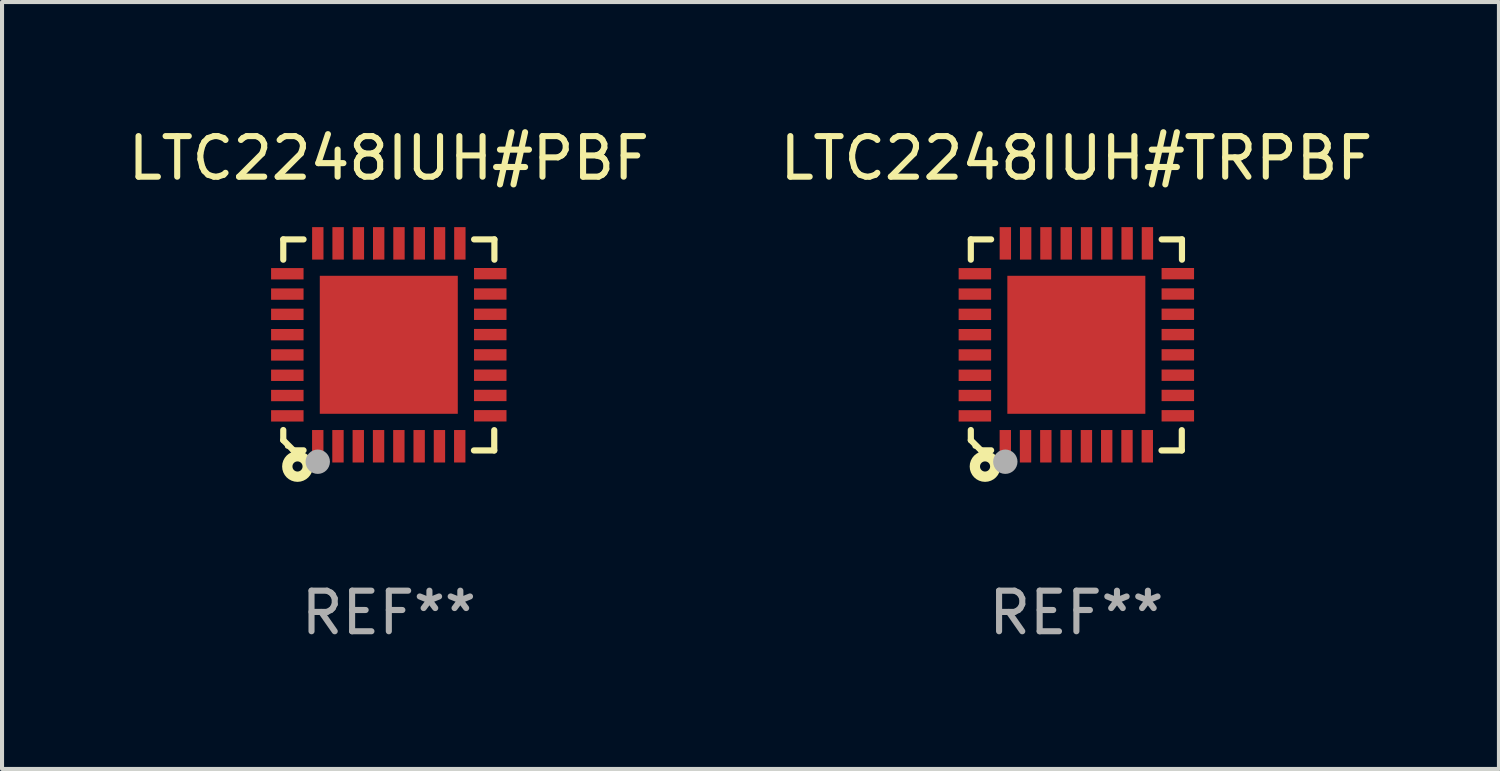
<source format=kicad_pcb>
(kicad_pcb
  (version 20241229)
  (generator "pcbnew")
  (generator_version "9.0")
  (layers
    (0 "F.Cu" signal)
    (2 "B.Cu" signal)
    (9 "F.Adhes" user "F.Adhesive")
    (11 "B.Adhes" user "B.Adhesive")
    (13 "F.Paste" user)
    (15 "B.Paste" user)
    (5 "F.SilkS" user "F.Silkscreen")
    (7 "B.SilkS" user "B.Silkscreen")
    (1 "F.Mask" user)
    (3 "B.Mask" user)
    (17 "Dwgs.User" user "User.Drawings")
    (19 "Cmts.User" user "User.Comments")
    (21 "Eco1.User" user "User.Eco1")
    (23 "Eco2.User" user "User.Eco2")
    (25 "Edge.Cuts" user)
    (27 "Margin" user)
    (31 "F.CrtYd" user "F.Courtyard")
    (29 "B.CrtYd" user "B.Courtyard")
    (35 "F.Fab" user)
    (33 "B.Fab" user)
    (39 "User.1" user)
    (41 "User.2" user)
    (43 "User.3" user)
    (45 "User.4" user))
  (footprint "LTC2248IUH#PBF"
    (layer "F.Cu")
    (at 6.53 5.448)
    (property "Reference" "LTC2248IUH#PBF" (at 0 -4.6 0) (layer "F.SilkS") (effects (font (size 1 1) (thickness 0.15))))
    (attr through_hole)
    (fp_line (start -2.601 2.097) (end -2.601 2.347) (stroke (width 0.152) (type solid)) (layer "F.SilkS"))
    (fp_line (start -2.601 2.347) (end -2.351 2.597) (stroke (width 0.152) (type solid)) (layer "F.SilkS"))
    (fp_line (start -2.601 -2.6) (end -2.601 -2.1) (stroke (width 0.152) (type solid)) (layer "F.SilkS"))
    (fp_line (start -2.601 -2.6) (end -2.101 -2.6) (stroke (width 0.152) (type solid)) (layer "F.SilkS"))
    (fp_line (start -2.351 2.597) (end -2.101 2.597) (stroke (width 0.152) (type solid)) (layer "F.SilkS"))
    (fp_line (start 2.597 2.6) (end 2.097 2.6) (stroke (width 0.152) (type solid)) (layer "F.SilkS"))
    (fp_line (start 2.597 2.6) (end 2.597 2.1) (stroke (width 0.152) (type solid)) (layer "F.SilkS"))
    (fp_line (start 2.601 -2.6) (end 2.101 -2.6) (stroke (width 0.152) (type solid)) (layer "F.SilkS"))
    (fp_line (start 2.601 -2.6) (end 2.601 -2.1) (stroke (width 0.152) (type solid)) (layer "F.SilkS"))
    (fp_circle (center -2.501 2.497) (end -2.471 2.497) (stroke (width 0.06) (type solid)) (fill no) (layer "F.SilkS"))
    (fp_circle (center -2.25 2.995) (end -2.125 2.995) (stroke (width 0.254) (type solid)) (fill no) (layer "F.SilkS"))
    (fp_circle (center -1.751 2.878) (end -1.601 2.878) (stroke (width 0.3) (type solid)) (fill no) (layer "F.Fab"))
    (fp_text user "REF**" (at 0 6.6 0) (layer "F.Fab") (effects (font (size 1 1) (thickness 0.15))))
    (pad "1" smd rect (at -1.751 2.497) (size 0.28 0.8) (layers "F.Cu" "F.Mask" "F.Paste"))
    (pad "2" smd rect (at -1.253 2.497) (size 0.28 0.8) (layers "F.Cu" "F.Mask" "F.Paste"))
    (pad "3" smd rect (at -0.753 2.497) (size 0.28 0.8) (layers "F.Cu" "F.Mask" "F.Paste"))
    (pad "4" smd rect (at -0.253 2.497) (size 0.28 0.8) (layers "F.Cu" "F.Mask" "F.Paste"))
    (pad "5" smd rect (at 0.247 2.497) (size 0.28 0.8) (layers "F.Cu" "F.Mask" "F.Paste"))
    (pad "6" smd rect (at 0.747 2.497) (size 0.28 0.8) (layers "F.Cu" "F.Mask" "F.Paste"))
    (pad "7" smd rect (at 1.247 2.497) (size 0.28 0.8) (layers "F.Cu" "F.Mask" "F.Paste"))
    (pad "8" smd rect (at 1.747 2.497) (size 0.28 0.8) (layers "F.Cu" "F.Mask" "F.Paste"))
    (pad "9" smd rect (at 2.499 1.746) (size 0.8 0.28) (layers "F.Cu" "F.Mask" "F.Paste"))
    (pad "10" smd rect (at 2.499 1.245) (size 0.8 0.28) (layers "F.Cu" "F.Mask" "F.Paste"))
    (pad "11" smd rect (at 2.499 0.746) (size 0.8 0.28) (layers "F.Cu" "F.Mask" "F.Paste"))
    (pad "12" smd rect (at 2.499 0.245) (size 0.8 0.28) (layers "F.Cu" "F.Mask" "F.Paste"))
    (pad "13" smd rect (at 2.499 -0.254) (size 0.8 0.28) (layers "F.Cu" "F.Mask" "F.Paste"))
    (pad "14" smd rect (at 2.499 -0.755) (size 0.8 0.28) (layers "F.Cu" "F.Mask" "F.Paste"))
    (pad "15" smd rect (at 2.499 -1.254) (size 0.8 0.28) (layers "F.Cu" "F.Mask" "F.Paste"))
    (pad "16" smd rect (at 2.499 -1.755) (size 0.8 0.28) (layers "F.Cu" "F.Mask" "F.Paste"))
    (pad "17" smd rect (at 1.75 -2.502) (size 0.28 0.8) (layers "F.Cu" "F.Mask" "F.Paste"))
    (pad "18" smd rect (at 1.25 -2.502) (size 0.28 0.8) (layers "F.Cu" "F.Mask" "F.Paste"))
    (pad "19" smd rect (at 0.75 -2.502) (size 0.28 0.8) (layers "F.Cu" "F.Mask" "F.Paste"))
    (pad "20" smd rect (at 0.25 -2.502) (size 0.28 0.8) (layers "F.Cu" "F.Mask" "F.Paste"))
    (pad "21" smd rect (at -0.25 -2.502) (size 0.28 0.8) (layers "F.Cu" "F.Mask" "F.Paste"))
    (pad "22" smd rect (at -0.75 -2.502) (size 0.28 0.8) (layers "F.Cu" "F.Mask" "F.Paste"))
    (pad "23" smd rect (at -1.25 -2.502) (size 0.28 0.8) (layers "F.Cu" "F.Mask" "F.Paste"))
    (pad "24" smd rect (at -1.75 -2.502) (size 0.28 0.8) (layers "F.Cu" "F.Mask" "F.Paste"))
    (pad "25" smd rect (at -2.501 -1.753) (size 0.8 0.28) (layers "F.Cu" "F.Mask" "F.Paste"))
    (pad "26" smd rect (at -2.501 -1.252) (size 0.8 0.28) (layers "F.Cu" "F.Mask" "F.Paste"))
    (pad "27" smd rect (at -2.501 -0.753) (size 0.8 0.28) (layers "F.Cu" "F.Mask" "F.Paste"))
    (pad "28" smd rect (at -2.501 -0.252) (size 0.8 0.28) (layers "F.Cu" "F.Mask" "F.Paste"))
    (pad "29" smd rect (at -2.501 0.247) (size 0.8 0.28) (layers "F.Cu" "F.Mask" "F.Paste"))
    (pad "30" smd rect (at -2.501 0.748) (size 0.8 0.28) (layers "F.Cu" "F.Mask" "F.Paste"))
    (pad "31" smd rect (at -2.501 1.247) (size 0.8 0.28) (layers "F.Cu" "F.Mask" "F.Paste"))
    (pad "32" smd rect (at -2.501 1.748) (size 0.8 0.28) (layers "F.Cu" "F.Mask" "F.Paste"))
    (pad "33" smd rect (at -0.001 -0.003 180) (size 3.4 3.4) (layers "F.Cu" "F.Mask" "F.Paste")))
  (footprint "LTC2248IUH#TRPBF"
    (layer "F.Cu")
    (at 23.47 5.448)
    (property "Reference" "LTC2248IUH#TRPBF" (at 0 -4.6 0) (layer "F.SilkS") (effects (font (size 1 1) (thickness 0.15))))
    (attr through_hole)
    (fp_line (start -2.601 2.097) (end -2.601 2.347) (stroke (width 0.152) (type solid)) (layer "F.SilkS"))
    (fp_line (start -2.601 2.347) (end -2.351 2.597) (stroke (width 0.152) (type solid)) (layer "F.SilkS"))
    (fp_line (start -2.601 -2.6) (end -2.601 -2.1) (stroke (width 0.152) (type solid)) (layer "F.SilkS"))
    (fp_line (start -2.601 -2.6) (end -2.101 -2.6) (stroke (width 0.152) (type solid)) (layer "F.SilkS"))
    (fp_line (start -2.351 2.597) (end -2.101 2.597) (stroke (width 0.152) (type solid)) (layer "F.SilkS"))
    (fp_line (start 2.597 2.6) (end 2.097 2.6) (stroke (width 0.152) (type solid)) (layer "F.SilkS"))
    (fp_line (start 2.597 2.6) (end 2.597 2.1) (stroke (width 0.152) (type solid)) (layer "F.SilkS"))
    (fp_line (start 2.601 -2.6) (end 2.101 -2.6) (stroke (width 0.152) (type solid)) (layer "F.SilkS"))
    (fp_line (start 2.601 -2.6) (end 2.601 -2.1) (stroke (width 0.152) (type solid)) (layer "F.SilkS"))
    (fp_circle (center -2.501 2.497) (end -2.471 2.497) (stroke (width 0.06) (type solid)) (fill no) (layer "F.SilkS"))
    (fp_circle (center -2.25 2.995) (end -2.125 2.995) (stroke (width 0.254) (type solid)) (fill no) (layer "F.SilkS"))
    (fp_circle (center -1.751 2.878) (end -1.601 2.878) (stroke (width 0.3) (type solid)) (fill no) (layer "F.Fab"))
    (fp_text user "REF**" (at 0 6.6 0) (layer "F.Fab") (effects (font (size 1 1) (thickness 0.15))))
    (pad "1" smd rect (at -1.751 2.497) (size 0.28 0.8) (layers "F.Cu" "F.Mask" "F.Paste"))
    (pad "2" smd rect (at -1.253 2.497) (size 0.28 0.8) (layers "F.Cu" "F.Mask" "F.Paste"))
    (pad "3" smd rect (at -0.753 2.497) (size 0.28 0.8) (layers "F.Cu" "F.Mask" "F.Paste"))
    (pad "4" smd rect (at -0.253 2.497) (size 0.28 0.8) (layers "F.Cu" "F.Mask" "F.Paste"))
    (pad "5" smd rect (at 0.247 2.497) (size 0.28 0.8) (layers "F.Cu" "F.Mask" "F.Paste"))
    (pad "6" smd rect (at 0.747 2.497) (size 0.28 0.8) (layers "F.Cu" "F.Mask" "F.Paste"))
    (pad "7" smd rect (at 1.247 2.497) (size 0.28 0.8) (layers "F.Cu" "F.Mask" "F.Paste"))
    (pad "8" smd rect (at 1.747 2.497) (size 0.28 0.8) (layers "F.Cu" "F.Mask" "F.Paste"))
    (pad "9" smd rect (at 2.499 1.746) (size 0.8 0.28) (layers "F.Cu" "F.Mask" "F.Paste"))
    (pad "10" smd rect (at 2.499 1.245) (size 0.8 0.28) (layers "F.Cu" "F.Mask" "F.Paste"))
    (pad "11" smd rect (at 2.499 0.746) (size 0.8 0.28) (layers "F.Cu" "F.Mask" "F.Paste"))
    (pad "12" smd rect (at 2.499 0.245) (size 0.8 0.28) (layers "F.Cu" "F.Mask" "F.Paste"))
    (pad "13" smd rect (at 2.499 -0.254) (size 0.8 0.28) (layers "F.Cu" "F.Mask" "F.Paste"))
    (pad "14" smd rect (at 2.499 -0.755) (size 0.8 0.28) (layers "F.Cu" "F.Mask" "F.Paste"))
    (pad "15" smd rect (at 2.499 -1.254) (size 0.8 0.28) (layers "F.Cu" "F.Mask" "F.Paste"))
    (pad "16" smd rect (at 2.499 -1.755) (size 0.8 0.28) (layers "F.Cu" "F.Mask" "F.Paste"))
    (pad "17" smd rect (at 1.75 -2.502) (size 0.28 0.8) (layers "F.Cu" "F.Mask" "F.Paste"))
    (pad "18" smd rect (at 1.25 -2.502) (size 0.28 0.8) (layers "F.Cu" "F.Mask" "F.Paste"))
    (pad "19" smd rect (at 0.75 -2.502) (size 0.28 0.8) (layers "F.Cu" "F.Mask" "F.Paste"))
    (pad "20" smd rect (at 0.25 -2.502) (size 0.28 0.8) (layers "F.Cu" "F.Mask" "F.Paste"))
    (pad "21" smd rect (at -0.25 -2.502) (size 0.28 0.8) (layers "F.Cu" "F.Mask" "F.Paste"))
    (pad "22" smd rect (at -0.75 -2.502) (size 0.28 0.8) (layers "F.Cu" "F.Mask" "F.Paste"))
    (pad "23" smd rect (at -1.25 -2.502) (size 0.28 0.8) (layers "F.Cu" "F.Mask" "F.Paste"))
    (pad "24" smd rect (at -1.75 -2.502) (size 0.28 0.8) (layers "F.Cu" "F.Mask" "F.Paste"))
    (pad "25" smd rect (at -2.501 -1.753) (size 0.8 0.28) (layers "F.Cu" "F.Mask" "F.Paste"))
    (pad "26" smd rect (at -2.501 -1.252) (size 0.8 0.28) (layers "F.Cu" "F.Mask" "F.Paste"))
    (pad "27" smd rect (at -2.501 -0.753) (size 0.8 0.28) (layers "F.Cu" "F.Mask" "F.Paste"))
    (pad "28" smd rect (at -2.501 -0.252) (size 0.8 0.28) (layers "F.Cu" "F.Mask" "F.Paste"))
    (pad "29" smd rect (at -2.501 0.247) (size 0.8 0.28) (layers "F.Cu" "F.Mask" "F.Paste"))
    (pad "30" smd rect (at -2.501 0.748) (size 0.8 0.28) (layers "F.Cu" "F.Mask" "F.Paste"))
    (pad "31" smd rect (at -2.501 1.247) (size 0.8 0.28) (layers "F.Cu" "F.Mask" "F.Paste"))
    (pad "32" smd rect (at -2.501 1.748) (size 0.8 0.28) (layers "F.Cu" "F.Mask" "F.Paste"))
    (pad "33" smd rect (at -0.001 -0.003 180) (size 3.4 3.4) (layers "F.Cu" "F.Mask" "F.Paste")))
  (gr_rect
    (start -3 -3)
    (end 33.881 15.896)
    (stroke (width 0.1) (type default))
    (fill no)
    (layer "Edge.Cuts")))
</source>
